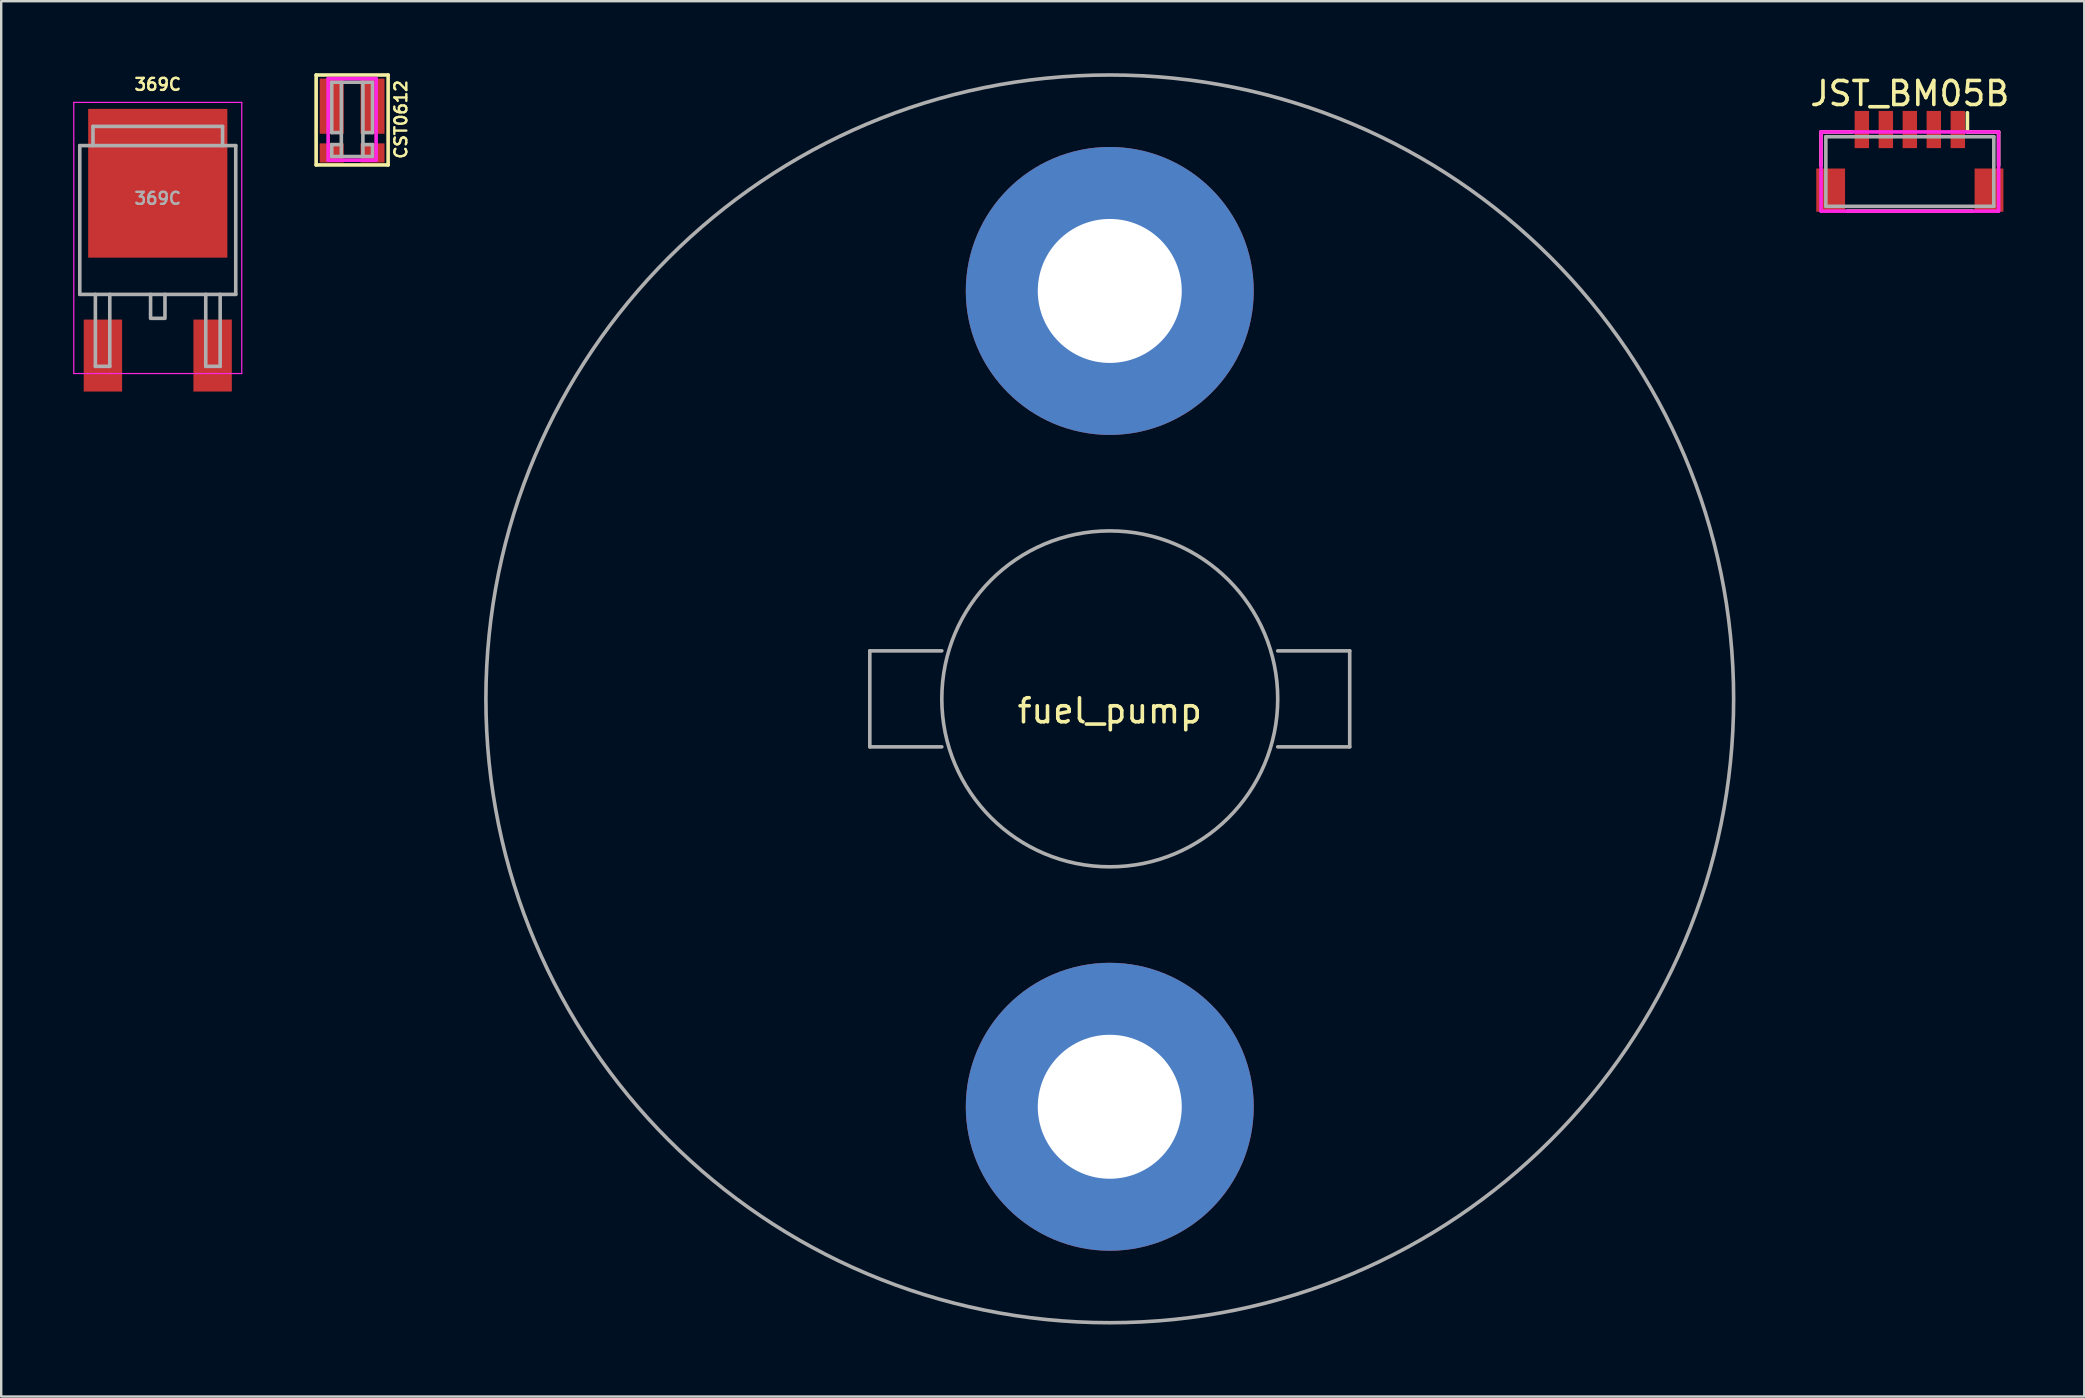
<source format=kicad_pcb>
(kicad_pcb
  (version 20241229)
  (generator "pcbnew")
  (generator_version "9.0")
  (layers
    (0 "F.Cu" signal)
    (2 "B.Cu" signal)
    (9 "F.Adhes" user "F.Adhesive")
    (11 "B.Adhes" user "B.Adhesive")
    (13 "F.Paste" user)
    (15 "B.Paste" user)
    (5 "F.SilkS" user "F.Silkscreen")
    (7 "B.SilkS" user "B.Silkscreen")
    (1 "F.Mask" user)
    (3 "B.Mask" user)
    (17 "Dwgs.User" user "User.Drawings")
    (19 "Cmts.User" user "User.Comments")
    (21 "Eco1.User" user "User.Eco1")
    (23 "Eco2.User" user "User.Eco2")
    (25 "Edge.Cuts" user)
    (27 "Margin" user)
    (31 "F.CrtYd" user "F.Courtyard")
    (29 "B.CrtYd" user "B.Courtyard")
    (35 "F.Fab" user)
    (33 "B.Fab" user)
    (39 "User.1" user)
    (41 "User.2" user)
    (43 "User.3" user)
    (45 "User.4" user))
  (footprint "JST_BM05B"
    (layer "F.Cu")
    (at 76.543 2.348)
    (property "Reference" "JST_BM05B" (at 0 -1.5 0) (layer "F.SilkS") (effects (font (size 1 1) (thickness 0.15))))
    (attr through_hole)
    (fp_line (start -3.7 0.1) (end -2.4 0.1) (stroke (width 0.15) (type solid)) (layer "F.SilkS"))
    (fp_line (start -3.7 1.5) (end -3.7 0.1) (stroke (width 0.15) (type solid)) (layer "F.SilkS"))
    (fp_line (start -2.6 3.4) (end 2.6 3.4) (stroke (width 0.15) (type solid)) (layer "F.SilkS"))
    (fp_line (start 2.4 -0.7) (end 2.4 0.1) (stroke (width 0.15) (type solid)) (layer "F.SilkS"))
    (fp_line (start 2.4 0.1) (end 3.7 0.1) (stroke (width 0.15) (type solid)) (layer "F.SilkS"))
    (fp_line (start 3.7 0.1) (end 3.7 1.5) (stroke (width 0.15) (type solid)) (layer "F.SilkS"))
    (fp_line (start -3.7 0.1) (end 3.7 0.1) (stroke (width 0.15) (type solid)) (layer "F.CrtYd"))
    (fp_line (start -3.7 3.4) (end -3.7 0.1) (stroke (width 0.15) (type solid)) (layer "F.CrtYd"))
    (fp_line (start 3.7 0.1) (end 3.7 3.4) (stroke (width 0.15) (type solid)) (layer "F.CrtYd"))
    (fp_line (start 3.7 3.4) (end -3.7 3.4) (stroke (width 0.15) (type solid)) (layer "F.CrtYd"))
    (fp_line (start -3.5 0.3) (end 3.5 0.3) (stroke (width 0.15) (type solid)) (layer "F.Fab"))
    (fp_line (start -3.5 3.2) (end -3.5 0.3) (stroke (width 0.15) (type solid)) (layer "F.Fab"))
    (fp_line (start -3.5 3.2) (end 3.5 3.2) (stroke (width 0.15) (type solid)) (layer "F.Fab"))
    (fp_line (start 3.5 3.2) (end 3.5 0.3) (stroke (width 0.15) (type solid)) (layer "F.Fab"))
    (pad "" smd rect (at -3.3 2.525) (size 1.2 1.8) (layers "F.Cu" "F.Mask" "F.Paste"))
    (pad "" smd rect (at 3.3 2.525) (size 1.2 1.8) (layers "F.Cu" "F.Mask" "F.Paste"))
    (pad "1" smd rect (at 2 0) (size 0.6 1.55) (layers "F.Cu" "F.Mask" "F.Paste"))
    (pad "2" smd rect (at 1 0) (size 0.6 1.55) (layers "F.Cu" "F.Mask" "F.Paste"))
    (pad "3" smd rect (at 0 0) (size 0.6 1.55) (layers "F.Cu" "F.Mask" "F.Paste"))
    (pad "4" smd rect (at -1 0) (size 0.6 1.55) (layers "F.Cu" "F.Mask" "F.Paste"))
    (pad "5" smd rect (at -2 0) (size 0.6 1.55) (layers "F.Cu" "F.Mask" "F.Paste")))
  (footprint "fuel_pump"
    (layer "F.Cu")
    (at 43.2 26.075)
    (property "Reference" "fuel_pump" (at 0 0.5 0) (layer "F.SilkS") (effects (font (size 1 1) (thickness 0.15))))
    (attr through_hole)
    (fp_line (start -10 -2) (end -10 2) (stroke (width 0.15) (type solid)) (layer "F.Fab"))
    (fp_line (start -10 -2) (end -7 -2) (stroke (width 0.15) (type solid)) (layer "F.Fab"))
    (fp_line (start -10 2) (end -7 2) (stroke (width 0.15) (type solid)) (layer "F.Fab"))
    (fp_line (start 10 -2) (end 7 -2) (stroke (width 0.15) (type solid)) (layer "F.Fab"))
    (fp_line (start 10 -2) (end 10 2) (stroke (width 0.15) (type solid)) (layer "F.Fab"))
    (fp_line (start 10 2) (end 7 2) (stroke (width 0.15) (type solid)) (layer "F.Fab"))
    (fp_circle (center 0 0) (end 7 0) (stroke (width 0.15) (type solid)) (fill no) (layer "F.Fab"))
    (fp_circle (center 0 0) (end 26 0) (stroke (width 0.15) (type solid)) (fill no) (layer "F.Fab"))
    (pad "1" thru_hole circle (at 0 -17) (size 12 12) (drill 6) (layers "*.Cu" "*.Mask"))
    (pad "2" thru_hole circle (at 0 17) (size 12 12) (drill 6) (layers "*.Cu" "*.Mask")))
  (footprint "369C"
    (layer "F.Cu")
    (at 3.525 7.218)
    (property "Reference" "369C" (at 0 -6.75 180) (layer "F.SilkS") (effects (font (size 0.5 0.5) (thickness 0.1))))
    (attr smd)
    (fp_line (start -3.5 -6) (end -3.5 5.3) (stroke (width 0.05) (type solid)) (layer "F.CrtYd"))
    (fp_line (start -3.5 -6) (end 3.5 -6) (stroke (width 0.05) (type solid)) (layer "F.CrtYd"))
    (fp_line (start -3.5 5.3) (end 3.5 5.3) (stroke (width 0.05) (type solid)) (layer "F.CrtYd"))
    (fp_line (start 3.5 -6) (end 3.5 5.3) (stroke (width 0.05) (type solid)) (layer "F.CrtYd"))
    (fp_line (start -3.25 -4.2) (end -3.25 2) (stroke (width 0.15) (type solid)) (layer "F.Fab"))
    (fp_line (start -3.25 2) (end 3.25 2) (stroke (width 0.15) (type solid)) (layer "F.Fab"))
    (fp_line (start -2.7 -5) (end -2.7 -4.2) (stroke (width 0.15) (type solid)) (layer "F.Fab"))
    (fp_line (start -2.7 -5) (end 2.7 -5) (stroke (width 0.15) (type solid)) (layer "F.Fab"))
    (fp_line (start -2.6 2) (end -2.6 5) (stroke (width 0.15) (type solid)) (layer "F.Fab"))
    (fp_line (start -2.6 5) (end -2 5) (stroke (width 0.15) (type solid)) (layer "F.Fab"))
    (fp_line (start -2 2) (end -2 5) (stroke (width 0.15) (type solid)) (layer "F.Fab"))
    (fp_line (start -0.3 2) (end -0.3 3) (stroke (width 0.15) (type solid)) (layer "F.Fab"))
    (fp_line (start -0.25 3) (end 0.25 3) (stroke (width 0.15) (type solid)) (layer "F.Fab"))
    (fp_line (start 0.3 3) (end 0.3 2) (stroke (width 0.15) (type solid)) (layer "F.Fab"))
    (fp_line (start 2 2) (end 2 5) (stroke (width 0.15) (type solid)) (layer "F.Fab"))
    (fp_line (start 2 5) (end 2.6 5) (stroke (width 0.15) (type solid)) (layer "F.Fab"))
    (fp_line (start 2.6 5) (end 2.6 2) (stroke (width 0.15) (type solid)) (layer "F.Fab"))
    (fp_line (start 2.7 -5) (end 2.7 -4.2) (stroke (width 0.15) (type solid)) (layer "F.Fab"))
    (fp_line (start 3.25 -4.2) (end -3.25 -4.2) (stroke (width 0.15) (type solid)) (layer "F.Fab"))
    (fp_line (start 3.25 2) (end 3.25 -4.2) (stroke (width 0.15) (type solid)) (layer "F.Fab"))
    (fp_text user "${REFERENCE}" (at 0 -2 0) (layer "F.Fab") (effects (font (size 0.5 0.5) (thickness 0.1))))
    (pad "1" smd rect (at -2.286 4.55) (size 1.6 3) (layers "F.Cu" "F.Mask" "F.Paste"))
    (pad "2" smd rect (at 0 -2.63) (size 5.8 6.2) (layers "F.Cu" "F.Mask" "F.Paste"))
    (pad "3" smd rect (at 2.286 4.55) (size 1.6 3) (layers "F.Cu" "F.Mask" "F.Paste")))
  (footprint "CST0612"
    (layer "F.Cu")
    (at 11.625 3.325)
    (property "Reference" "CST0612" (at 2.032 -1.397 90) (layer "F.SilkS") (effects (font (size 0.5 0.5) (thickness 0.1))))
    (attr through_hole)
    (fp_line (start -1.5 -3.25) (end 1.5 -3.25) (stroke (width 0.15) (type solid)) (layer "F.SilkS"))
    (fp_line (start -1.5 0.5) (end -1.5 -3.25) (stroke (width 0.15) (type solid)) (layer "F.SilkS"))
    (fp_line (start 1.5 -3.25) (end 1.5 0.5) (stroke (width 0.15) (type solid)) (layer "F.SilkS"))
    (fp_line (start 1.5 0.5) (end -1.5 0.5) (stroke (width 0.15) (type solid)) (layer "F.SilkS"))
    (fp_line (start -1 -3.1) (end 1 -3.1) (stroke (width 0.15) (type solid)) (layer "F.CrtYd"))
    (fp_line (start -1 0.3) (end -1 -3.1) (stroke (width 0.15) (type solid)) (layer "F.CrtYd"))
    (fp_line (start 1 -3.1) (end 1 0.3) (stroke (width 0.15) (type solid)) (layer "F.CrtYd"))
    (fp_line (start 1 0.3) (end -1 0.3) (stroke (width 0.15) (type solid)) (layer "F.CrtYd"))
    (fp_line (start -0.85 -2.95) (end 0.85 -2.95) (stroke (width 0.15) (type solid)) (layer "F.Fab"))
    (fp_line (start -0.85 -0.85) (end -0.85 -2.95) (stroke (width 0.15) (type solid)) (layer "F.Fab"))
    (fp_line (start -0.85 -0.85) (end -0.45 -0.85) (stroke (width 0.15) (type solid)) (layer "F.Fab"))
    (fp_line (start -0.85 -0.35) (end -0.85 0.15) (stroke (width 0.15) (type solid)) (layer "F.Fab"))
    (fp_line (start -0.85 -0.35) (end -0.45 -0.35) (stroke (width 0.15) (type solid)) (layer "F.Fab"))
    (fp_line (start -0.45 -2.95) (end -0.45 0.15) (stroke (width 0.15) (type solid)) (layer "F.Fab"))
    (fp_line (start 0.45 -2.95) (end 0.45 0.15) (stroke (width 0.15) (type solid)) (layer "F.Fab"))
    (fp_line (start 0.45 -0.85) (end 0.85 -0.85) (stroke (width 0.15) (type solid)) (layer "F.Fab"))
    (fp_line (start 0.45 -0.35) (end 0.85 -0.35) (stroke (width 0.15) (type solid)) (layer "F.Fab"))
    (fp_line (start 0.85 -2.95) (end 0.85 -0.85) (stroke (width 0.15) (type solid)) (layer "F.Fab"))
    (fp_line (start 0.85 -0.35) (end 0.85 0.15) (stroke (width 0.15) (type solid)) (layer "F.Fab"))
    (fp_line (start 0.85 0.15) (end -0.85 0.15) (stroke (width 0.15) (type solid)) (layer "F.Fab"))
    (pad "1" smd rect (at -0.85 -1.95) (size 1 2.3) (layers "F.Cu" "F.Mask" "F.Paste"))
    (pad "1" smd rect (at -0.85 0) (size 1 0.8) (layers "F.Cu" "F.Mask" "F.Paste"))
    (pad "2" smd rect (at 0.85 -1.95) (size 1 2.3) (layers "F.Cu" "F.Mask" "F.Paste"))
    (pad "2" smd rect (at 0.85 0) (size 1 0.8) (layers "F.Cu" "F.Mask" "F.Paste")))
  (gr_rect
    (start -3 -3)
    (end 83.811 55.15)
    (stroke (width 0.1) (type default))
    (fill no)
    (layer "Edge.Cuts")))
</source>
